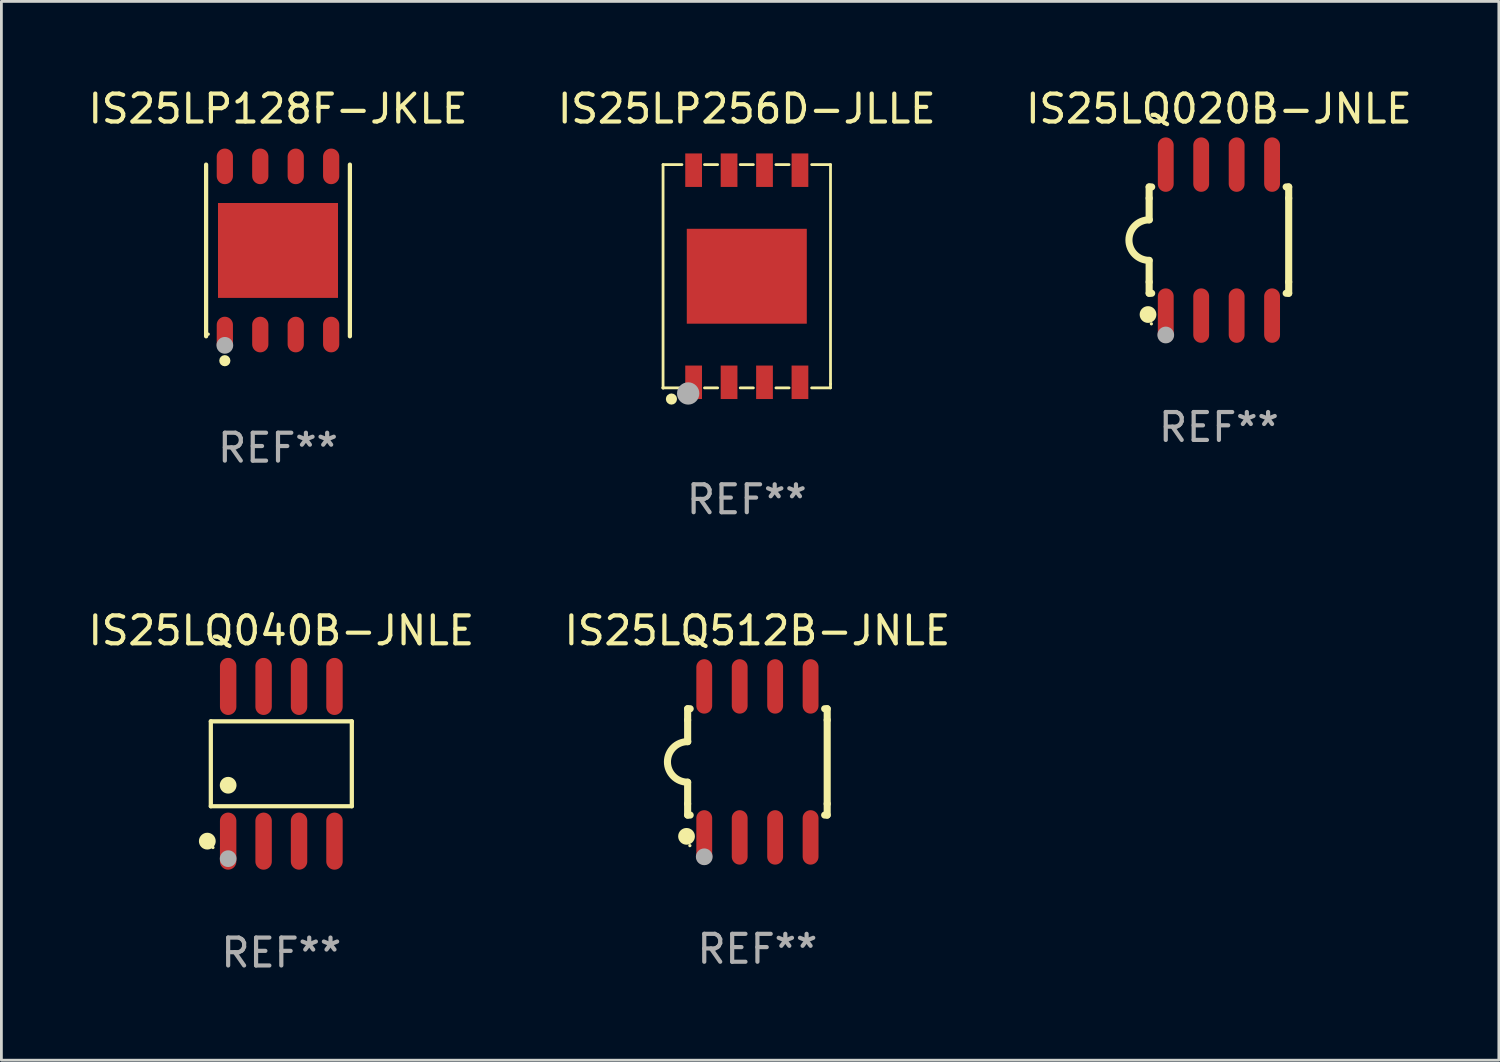
<source format=kicad_pcb>
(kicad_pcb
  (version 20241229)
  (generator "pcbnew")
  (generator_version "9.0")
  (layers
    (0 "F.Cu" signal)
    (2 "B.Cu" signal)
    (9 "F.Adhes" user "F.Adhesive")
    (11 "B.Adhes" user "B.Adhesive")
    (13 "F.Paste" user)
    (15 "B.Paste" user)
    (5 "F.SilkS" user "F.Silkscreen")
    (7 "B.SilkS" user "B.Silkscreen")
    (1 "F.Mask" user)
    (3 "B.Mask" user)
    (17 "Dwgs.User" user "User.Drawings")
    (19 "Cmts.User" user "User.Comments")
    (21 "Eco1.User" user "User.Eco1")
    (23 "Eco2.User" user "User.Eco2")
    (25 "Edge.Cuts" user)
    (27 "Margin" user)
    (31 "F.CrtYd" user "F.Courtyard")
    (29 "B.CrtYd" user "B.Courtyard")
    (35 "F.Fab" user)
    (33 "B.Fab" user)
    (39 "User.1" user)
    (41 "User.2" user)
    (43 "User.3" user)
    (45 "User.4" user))
  (footprint "IS25LP128F-JKLE"
    (layer "F.Cu")
    (at 6.911 5.924)
    (property "Reference" "IS25LP128F-JKLE" (at 0 -5.076 0) (layer "F.SilkS") (effects (font (size 1 1) (thickness 0.15))))
    (attr through_hole)
    (fp_line (start -2.576 3.076) (end -2.576 -3.076) (stroke (width 0.152) (type solid)) (layer "F.SilkS"))
    (fp_line (start 2.576 -3.076) (end 2.576 3.076) (stroke (width 0.152) (type solid)) (layer "F.SilkS"))
    (fp_circle (center -2.5 3) (end -2.47 3) (stroke (width 0.06) (type solid)) (fill no) (layer "F.SilkS"))
    (fp_circle (center -1.905 3.95) (end -1.805 3.95) (stroke (width 0.2) (type solid)) (fill no) (layer "F.SilkS"))
    (fp_circle (center -1.905 3.4) (end -1.755 3.4) (stroke (width 0.3) (type solid)) (fill no) (layer "F.Fab"))
    (fp_text user "REF**" (at 0 7.076 0) (layer "F.Fab") (effects (font (size 1 1) (thickness 0.15))))
    (pad "1" smd oval (at -1.905 3.013) (size 0.581 1.276) (layers "F.Cu" "F.Mask" "F.Paste"))
    (pad "2" smd oval (at -0.635 3.013) (size 0.581 1.276) (layers "F.Cu" "F.Mask" "F.Paste"))
    (pad "3" smd oval (at 0.635 3.013) (size 0.581 1.276) (layers "F.Cu" "F.Mask" "F.Paste"))
    (pad "4" smd oval (at 1.905 3.013) (size 0.581 1.276) (layers "F.Cu" "F.Mask" "F.Paste"))
    (pad "5" smd oval (at 1.905 -3.013) (size 0.581 1.276) (layers "F.Cu" "F.Mask" "F.Paste"))
    (pad "6" smd oval (at 0.635 -3.013) (size 0.581 1.276) (layers "F.Cu" "F.Mask" "F.Paste"))
    (pad "7" smd oval (at -0.635 -3.013) (size 0.581 1.276) (layers "F.Cu" "F.Mask" "F.Paste"))
    (pad "8" smd oval (at -1.905 -3.013) (size 0.581 1.276) (layers "F.Cu" "F.Mask" "F.Paste"))
    (pad "9" smd rect (at 0 0) (size 4.3 3.4) (layers "F.Cu" "F.Mask" "F.Paste")))
  (footprint "IS25LQ512B-JNLE"
    (layer "F.Cu")
    (at 24.089 24.25)
    (property "Reference" "IS25LQ512B-JNLE" (at 0 -4.705 0) (layer "F.SilkS") (effects (font (size 1 1) (thickness 0.15))))
    (attr through_hole)
    (fp_line (start -2.5 -1.905) (end -2.409 -1.905) (stroke (width 0.254) (type solid)) (layer "F.SilkS"))
    (fp_line (start -2.5 -1.5) (end -2.5 -1.905) (stroke (width 0.254) (type solid)) (layer "F.SilkS"))
    (fp_line (start -2.5 -1.5) (end -2.5 -0.726) (stroke (width 0.254) (type solid)) (layer "F.SilkS"))
    (fp_line (start -2.5 1.5) (end -2.5 0.727) (stroke (width 0.254) (type solid)) (layer "F.SilkS"))
    (fp_line (start -2.5 1.5) (end -2.5 1.905) (stroke (width 0.254) (type solid)) (layer "F.SilkS"))
    (fp_line (start -2.5 1.905) (end -2.409 1.905) (stroke (width 0.254) (type solid)) (layer "F.SilkS"))
    (fp_line (start 2.5 -1.905) (end 2.409 -1.905) (stroke (width 0.254) (type solid)) (layer "F.SilkS"))
    (fp_line (start 2.5 -1.5) (end 2.5 -1.905) (stroke (width 0.254) (type solid)) (layer "F.SilkS"))
    (fp_line (start 2.5 -1.5) (end 2.5 1.5) (stroke (width 0.254) (type solid)) (layer "F.SilkS"))
    (fp_line (start 2.5 1.5) (end 2.5 1.905) (stroke (width 0.254) (type solid)) (layer "F.SilkS"))
    (fp_line (start 2.5 1.905) (end 2.409 1.905) (stroke (width 0.254) (type solid)) (layer "F.SilkS"))
    (fp_arc (start -2.5 0.726568) (mid -3.220316 -0.0023) (end -2.495097 -0.726289) (stroke (width 0.254001) (type solid)) (layer "F.SilkS"))
    (fp_circle (center -2.54 2.667) (end -2.39 2.667) (stroke (width 0.3) (type solid)) (fill no) (layer "F.SilkS"))
    (fp_circle (center -2.42 3) (end -2.39 3) (stroke (width 0.06) (type solid)) (fill no) (layer "F.SilkS"))
    (fp_circle (center -1.905 3.4) (end -1.755 3.4) (stroke (width 0.3) (type solid)) (fill no) (layer "F.Fab"))
    (fp_text user "REF**" (at 0 6.705 0) (layer "F.Fab") (effects (font (size 1 1) (thickness 0.15))))
    (pad "1" smd oval (at -1.905 2.705) (size 0.568 1.95) (layers "F.Cu" "F.Mask" "F.Paste"))
    (pad "2" smd oval (at -0.635 2.705) (size 0.568 1.95) (layers "F.Cu" "F.Mask" "F.Paste"))
    (pad "3" smd oval (at 0.635 2.705) (size 0.568 1.95) (layers "F.Cu" "F.Mask" "F.Paste"))
    (pad "4" smd oval (at 1.905 2.705) (size 0.568 1.95) (layers "F.Cu" "F.Mask" "F.Paste"))
    (pad "5" smd oval (at 1.905 -2.705) (size 0.568 1.95) (layers "F.Cu" "F.Mask" "F.Paste"))
    (pad "6" smd oval (at 0.635 -2.705) (size 0.568 1.95) (layers "F.Cu" "F.Mask" "F.Paste"))
    (pad "7" smd oval (at -0.635 -2.705) (size 0.568 1.95) (layers "F.Cu" "F.Mask" "F.Paste"))
    (pad "8" smd oval (at -1.905 -2.705) (size 0.568 1.95) (layers "F.Cu" "F.Mask" "F.Paste")))
  (footprint "IS25LQ040B-JNLE"
    (layer "F.Cu")
    (at 7.03 24.317)
    (property "Reference" "IS25LQ040B-JNLE" (at 0 -4.772 0) (layer "F.SilkS") (effects (font (size 1 1) (thickness 0.15))))
    (attr through_hole)
    (fp_line (start -2.526 -1.521) (end 2.526 -1.521) (stroke (width 0.152) (type solid)) (layer "F.SilkS"))
    (fp_line (start -2.526 1.521) (end -2.526 -1.521) (stroke (width 0.152) (type solid)) (layer "F.SilkS"))
    (fp_line (start 2.526 -1.521) (end 2.526 1.521) (stroke (width 0.152) (type solid)) (layer "F.SilkS"))
    (fp_line (start 2.526 1.521) (end -2.526 1.521) (stroke (width 0.152) (type solid)) (layer "F.SilkS"))
    (fp_circle (center -2.652 2.772) (end -2.501 2.772) (stroke (width 0.3) (type solid)) (fill no) (layer "F.SilkS"))
    (fp_circle (center -2.45 3) (end -2.42 3) (stroke (width 0.06) (type solid)) (fill no) (layer "F.SilkS"))
    (fp_circle (center -1.905 0.769) (end -1.755 0.769) (stroke (width 0.3) (type solid)) (fill no) (layer "F.SilkS"))
    (fp_circle (center -1.905 3.4) (end -1.755 3.4) (stroke (width 0.3) (type solid)) (fill no) (layer "F.Fab"))
    (fp_text user "REF**" (at 0 6.772 0) (layer "F.Fab") (effects (font (size 1 1) (thickness 0.15))))
    (pad "1" smd oval (at -1.905 2.772) (size 0.588 2.045) (layers "F.Cu" "F.Mask" "F.Paste"))
    (pad "2" smd oval (at -0.635 2.772) (size 0.588 2.045) (layers "F.Cu" "F.Mask" "F.Paste"))
    (pad "3" smd oval (at 0.635 2.772) (size 0.588 2.045) (layers "F.Cu" "F.Mask" "F.Paste"))
    (pad "4" smd oval (at 1.905 2.772) (size 0.588 2.045) (layers "F.Cu" "F.Mask" "F.Paste"))
    (pad "5" smd oval (at 1.905 -2.772) (size 0.588 2.045) (layers "F.Cu" "F.Mask" "F.Paste"))
    (pad "6" smd oval (at 0.635 -2.772) (size 0.588 2.045) (layers "F.Cu" "F.Mask" "F.Paste"))
    (pad "7" smd oval (at -0.635 -2.772) (size 0.588 2.045) (layers "F.Cu" "F.Mask" "F.Paste"))
    (pad "8" smd oval (at -1.905 -2.772) (size 0.588 2.045) (layers "F.Cu" "F.Mask" "F.Paste")))
  (footprint "IS25LP256D-JLLE"
    (layer "F.Cu")
    (at 23.708 6.848)
    (property "Reference" "IS25LP256D-JLLE" (at 0 -6 0) (layer "F.SilkS") (effects (font (size 1 1) (thickness 0.15))))
    (attr through_hole)
    (fp_line (start -3 -4) (end -3 4) (stroke (width 0.1) (type solid)) (layer "F.SilkS"))
    (fp_line (start -3 -4) (end -2.324 -4) (stroke (width 0.1) (type solid)) (layer "F.SilkS"))
    (fp_line (start -3 4) (end -2.324 4) (stroke (width 0.1) (type solid)) (layer "F.SilkS"))
    (fp_line (start -1.516 -4) (end -1.044 -4) (stroke (width 0.1) (type solid)) (layer "F.SilkS"))
    (fp_line (start -1.516 4) (end -1.044 4) (stroke (width 0.1) (type solid)) (layer "F.SilkS"))
    (fp_line (start -0.236 -4) (end 0.236 -4) (stroke (width 0.1) (type solid)) (layer "F.SilkS"))
    (fp_line (start -0.236 4) (end 0.236 4) (stroke (width 0.1) (type solid)) (layer "F.SilkS"))
    (fp_line (start 1.044 -4) (end 1.516 -4) (stroke (width 0.1) (type solid)) (layer "F.SilkS"))
    (fp_line (start 1.044 4) (end 1.516 4) (stroke (width 0.1) (type solid)) (layer "F.SilkS"))
    (fp_line (start 2.324 -4) (end 3 -4) (stroke (width 0.1) (type solid)) (layer "F.SilkS"))
    (fp_line (start 2.324 4) (end 3 4) (stroke (width 0.1) (type solid)) (layer "F.SilkS"))
    (fp_line (start 3 -4) (end 3 3.863) (stroke (width 0.1) (type solid)) (layer "F.SilkS"))
    (fp_line (start 3 3.863) (end 3 4) (stroke (width 0.1) (type solid)) (layer "F.SilkS"))
    (fp_circle (center -3 4) (end -2.97 4) (stroke (width 0.06) (type solid)) (fill no) (layer "F.SilkS"))
    (fp_circle (center -2.7 4.4) (end -2.6 4.4) (stroke (width 0.2) (type solid)) (fill no) (layer "F.SilkS"))
    (fp_circle (center -2.1 4.2) (end -1.9 4.2) (stroke (width 0.4) (type solid)) (fill no) (layer "F.Fab"))
    (fp_text user "REF**" (at 0 8 0) (layer "F.Fab") (effects (font (size 1 1) (thickness 0.15))))
    (pad "1" smd rect (at -1.905 3.8) (size 0.6 1.2) (layers "F.Cu" "F.Mask" "F.Paste"))
    (pad "2" smd rect (at -0.635 3.8) (size 0.6 1.2) (layers "F.Cu" "F.Mask" "F.Paste"))
    (pad "3" smd rect (at 0.635 3.8) (size 0.6 1.2) (layers "F.Cu" "F.Mask" "F.Paste"))
    (pad "4" smd rect (at 1.905 3.8) (size 0.6 1.2) (layers "F.Cu" "F.Mask" "F.Paste"))
    (pad "5" smd rect (at 1.905 -3.8) (size 0.6 1.2) (layers "F.Cu" "F.Mask" "F.Paste"))
    (pad "6" smd rect (at 0.635 -3.8) (size 0.6 1.2) (layers "F.Cu" "F.Mask" "F.Paste"))
    (pad "7" smd rect (at -0.635 -3.8) (size 0.6 1.2) (layers "F.Cu" "F.Mask" "F.Paste"))
    (pad "8" smd rect (at -1.905 -3.8) (size 0.6 1.2) (layers "F.Cu" "F.Mask" "F.Paste"))
    (pad "9" smd rect (at 0.000127 0.000025 90) (size 3.4 4.3) (layers "F.Cu" "F.Mask" "F.Paste")))
  (footprint "IS25LQ020B-JNLE"
    (layer "F.Cu")
    (at 40.625 5.553)
    (property "Reference" "IS25LQ020B-JNLE" (at 0 -4.705 0) (layer "F.SilkS") (effects (font (size 1 1) (thickness 0.15))))
    (attr through_hole)
    (fp_line (start -2.5 -1.905) (end -2.409 -1.905) (stroke (width 0.254) (type solid)) (layer "F.SilkS"))
    (fp_line (start -2.5 -1.5) (end -2.5 -1.905) (stroke (width 0.254) (type solid)) (layer "F.SilkS"))
    (fp_line (start -2.5 -1.5) (end -2.5 -0.726) (stroke (width 0.254) (type solid)) (layer "F.SilkS"))
    (fp_line (start -2.5 1.5) (end -2.5 0.727) (stroke (width 0.254) (type solid)) (layer "F.SilkS"))
    (fp_line (start -2.5 1.5) (end -2.5 1.905) (stroke (width 0.254) (type solid)) (layer "F.SilkS"))
    (fp_line (start -2.5 1.905) (end -2.409 1.905) (stroke (width 0.254) (type solid)) (layer "F.SilkS"))
    (fp_line (start 2.5 -1.905) (end 2.409 -1.905) (stroke (width 0.254) (type solid)) (layer "F.SilkS"))
    (fp_line (start 2.5 -1.5) (end 2.5 -1.905) (stroke (width 0.254) (type solid)) (layer "F.SilkS"))
    (fp_line (start 2.5 -1.5) (end 2.5 1.5) (stroke (width 0.254) (type solid)) (layer "F.SilkS"))
    (fp_line (start 2.5 1.5) (end 2.5 1.905) (stroke (width 0.254) (type solid)) (layer "F.SilkS"))
    (fp_line (start 2.5 1.905) (end 2.409 1.905) (stroke (width 0.254) (type solid)) (layer "F.SilkS"))
    (fp_arc (start -2.5 0.726568) (mid -3.220316 -0.0023) (end -2.495097 -0.726289) (stroke (width 0.254001) (type solid)) (layer "F.SilkS"))
    (fp_circle (center -2.54 2.667) (end -2.39 2.667) (stroke (width 0.3) (type solid)) (fill no) (layer "F.SilkS"))
    (fp_circle (center -2.42 3) (end -2.39 3) (stroke (width 0.06) (type solid)) (fill no) (layer "F.SilkS"))
    (fp_circle (center -1.905 3.4) (end -1.755 3.4) (stroke (width 0.3) (type solid)) (fill no) (layer "F.Fab"))
    (fp_text user "REF**" (at 0 6.705 0) (layer "F.Fab") (effects (font (size 1 1) (thickness 0.15))))
    (pad "1" smd oval (at -1.905 2.705) (size 0.568 1.95) (layers "F.Cu" "F.Mask" "F.Paste"))
    (pad "2" smd oval (at -0.635 2.705) (size 0.568 1.95) (layers "F.Cu" "F.Mask" "F.Paste"))
    (pad "3" smd oval (at 0.635 2.705) (size 0.568 1.95) (layers "F.Cu" "F.Mask" "F.Paste"))
    (pad "4" smd oval (at 1.905 2.705) (size 0.568 1.95) (layers "F.Cu" "F.Mask" "F.Paste"))
    (pad "5" smd oval (at 1.905 -2.705) (size 0.568 1.95) (layers "F.Cu" "F.Mask" "F.Paste"))
    (pad "6" smd oval (at 0.635 -2.705) (size 0.568 1.95) (layers "F.Cu" "F.Mask" "F.Paste"))
    (pad "7" smd oval (at -0.635 -2.705) (size 0.568 1.95) (layers "F.Cu" "F.Mask" "F.Paste"))
    (pad "8" smd oval (at -1.905 -2.705) (size 0.568 1.95) (layers "F.Cu" "F.Mask" "F.Paste")))
  (gr_rect
    (start -3 -3)
    (end 50.655 34.938)
    (stroke (width 0.1) (type default))
    (fill no)
    (layer "Edge.Cuts")))
</source>
